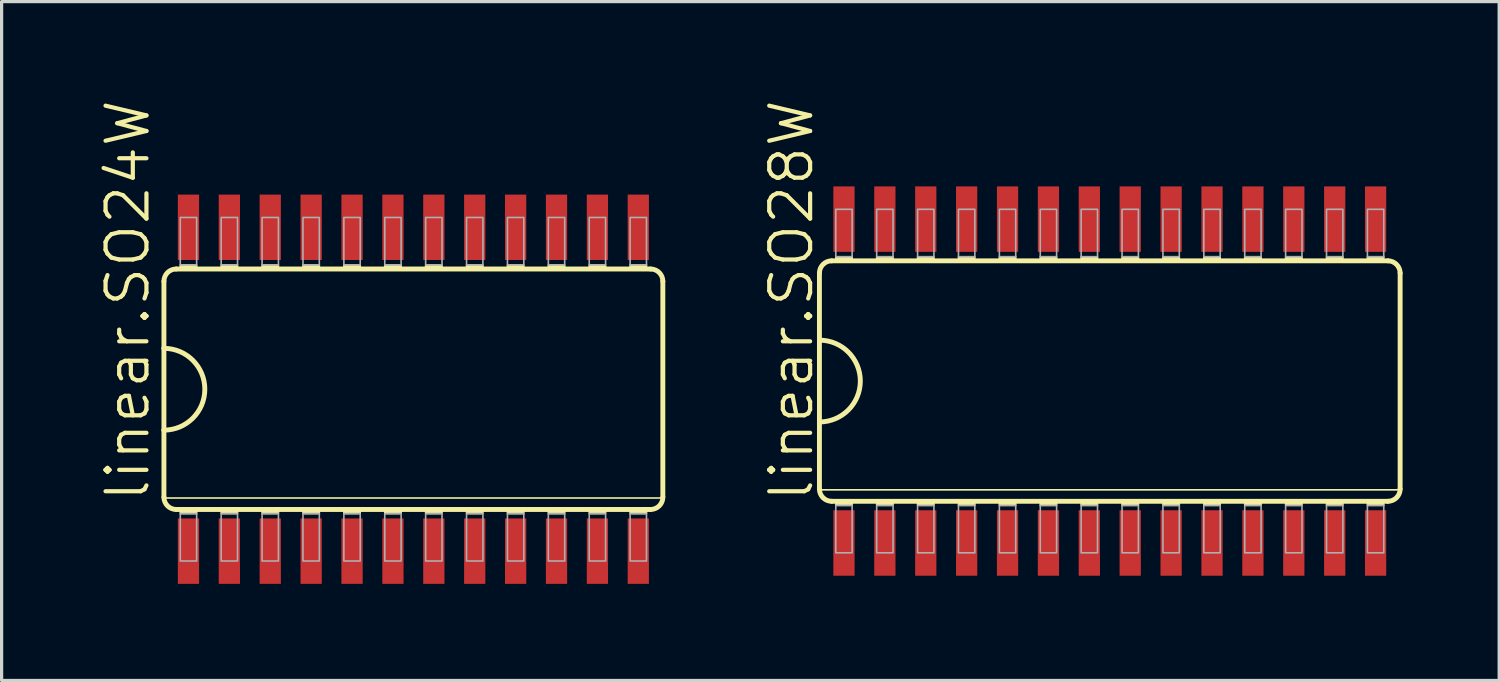
<source format=kicad_pcb>
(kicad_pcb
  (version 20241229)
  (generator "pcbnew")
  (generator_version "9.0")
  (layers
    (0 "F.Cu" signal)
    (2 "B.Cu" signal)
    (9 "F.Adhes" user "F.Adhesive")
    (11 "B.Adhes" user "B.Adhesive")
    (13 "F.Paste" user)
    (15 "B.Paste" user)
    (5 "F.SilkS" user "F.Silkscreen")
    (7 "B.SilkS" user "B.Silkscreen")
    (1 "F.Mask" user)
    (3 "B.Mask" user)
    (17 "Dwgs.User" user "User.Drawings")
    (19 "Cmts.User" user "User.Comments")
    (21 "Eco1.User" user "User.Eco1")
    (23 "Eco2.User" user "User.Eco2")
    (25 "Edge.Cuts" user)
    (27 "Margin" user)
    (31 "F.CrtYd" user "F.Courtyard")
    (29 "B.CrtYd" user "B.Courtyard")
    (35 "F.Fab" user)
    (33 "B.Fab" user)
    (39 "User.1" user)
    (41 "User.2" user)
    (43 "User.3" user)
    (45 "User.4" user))
  (footprint "linear.SO28W"
    (layer "F.Cu")
    (at 31.415 8.784)
    (property "Reference" "linear.SO28W" (at -9.144 3.81 90) (layer "F.SilkS") (effects (font (size 1.27 1.27) (thickness 0.13)) (justify left bottom)))
    (attr smd)
    (fp_line (start -9.017 -3.353) (end -9.017 -1.27) (stroke (width 0.152) (type default)) (layer "F.SilkS"))
    (fp_line (start -9.017 -1.27) (end -9.017 1.27) (stroke (width 0.152) (type default)) (layer "F.SilkS"))
    (fp_line (start -9.017 1.27) (end -9.017 3.353) (stroke (width 0.152) (type default)) (layer "F.SilkS"))
    (fp_line (start -9.017 3.378) (end 9.017 3.378) (stroke (width 0.051) (type default)) (layer "F.SilkS"))
    (fp_line (start -8.636 3.734) (end 8.636 3.734) (stroke (width 0.152) (type default)) (layer "F.SilkS"))
    (fp_line (start 8.636 -3.734) (end -8.636 -3.734) (stroke (width 0.152) (type default)) (layer "F.SilkS"))
    (fp_line (start 9.017 3.353) (end 9.017 -3.353) (stroke (width 0.152) (type default)) (layer "F.SilkS"))
    (fp_rect (start -8.509 -3.734) (end -8.001 -3.861) (stroke (width 0.05) (type default)) (fill yes) (layer "F.SilkS"))
    (fp_rect (start -8.509 3.861) (end -8.001 3.734) (stroke (width 0.05) (type default)) (fill yes) (layer "F.SilkS"))
    (fp_rect (start -7.239 -3.734) (end -6.731 -3.861) (stroke (width 0.05) (type default)) (fill yes) (layer "F.SilkS"))
    (fp_rect (start -7.239 3.861) (end -6.731 3.734) (stroke (width 0.05) (type default)) (fill yes) (layer "F.SilkS"))
    (fp_rect (start -5.969 -3.734) (end -5.461 -3.861) (stroke (width 0.05) (type default)) (fill yes) (layer "F.SilkS"))
    (fp_rect (start -5.969 3.861) (end -5.461 3.734) (stroke (width 0.05) (type default)) (fill yes) (layer "F.SilkS"))
    (fp_rect (start -4.699 -3.734) (end -4.191 -3.861) (stroke (width 0.05) (type default)) (fill yes) (layer "F.SilkS"))
    (fp_rect (start -4.699 3.861) (end -4.191 3.734) (stroke (width 0.05) (type default)) (fill yes) (layer "F.SilkS"))
    (fp_rect (start -3.429 -3.734) (end -2.921 -3.861) (stroke (width 0.05) (type default)) (fill yes) (layer "F.SilkS"))
    (fp_rect (start -3.429 3.861) (end -2.921 3.734) (stroke (width 0.05) (type default)) (fill yes) (layer "F.SilkS"))
    (fp_rect (start -2.159 -3.734) (end -1.651 -3.861) (stroke (width 0.05) (type default)) (fill yes) (layer "F.SilkS"))
    (fp_rect (start -2.159 3.861) (end -1.651 3.734) (stroke (width 0.05) (type default)) (fill yes) (layer "F.SilkS"))
    (fp_rect (start -0.889 -3.734) (end -0.381 -3.861) (stroke (width 0.05) (type default)) (fill yes) (layer "F.SilkS"))
    (fp_rect (start -0.889 3.861) (end -0.381 3.734) (stroke (width 0.05) (type default)) (fill yes) (layer "F.SilkS"))
    (fp_rect (start 0.381 -3.734) (end 0.889 -3.861) (stroke (width 0.05) (type default)) (fill yes) (layer "F.SilkS"))
    (fp_rect (start 0.381 3.861) (end 0.889 3.734) (stroke (width 0.05) (type default)) (fill yes) (layer "F.SilkS"))
    (fp_rect (start 1.651 -3.734) (end 2.159 -3.861) (stroke (width 0.05) (type default)) (fill yes) (layer "F.SilkS"))
    (fp_rect (start 1.651 3.861) (end 2.159 3.734) (stroke (width 0.05) (type default)) (fill yes) (layer "F.SilkS"))
    (fp_rect (start 2.921 -3.734) (end 3.429 -3.861) (stroke (width 0.05) (type default)) (fill yes) (layer "F.SilkS"))
    (fp_rect (start 2.921 3.861) (end 3.429 3.734) (stroke (width 0.05) (type default)) (fill yes) (layer "F.SilkS"))
    (fp_rect (start 4.191 -3.734) (end 4.699 -3.861) (stroke (width 0.05) (type default)) (fill yes) (layer "F.SilkS"))
    (fp_rect (start 4.191 3.861) (end 4.699 3.734) (stroke (width 0.05) (type default)) (fill yes) (layer "F.SilkS"))
    (fp_rect (start 5.461 -3.734) (end 5.969 -3.861) (stroke (width 0.05) (type default)) (fill yes) (layer "F.SilkS"))
    (fp_rect (start 5.461 3.861) (end 5.969 3.734) (stroke (width 0.05) (type default)) (fill yes) (layer "F.SilkS"))
    (fp_rect (start 6.731 -3.734) (end 7.239 -3.861) (stroke (width 0.05) (type default)) (fill yes) (layer "F.SilkS"))
    (fp_rect (start 6.731 3.861) (end 7.239 3.734) (stroke (width 0.05) (type default)) (fill yes) (layer "F.SilkS"))
    (fp_rect (start 8.001 -3.734) (end 8.509 -3.861) (stroke (width 0.05) (type default)) (fill yes) (layer "F.SilkS"))
    (fp_rect (start 8.001 3.861) (end 8.509 3.734) (stroke (width 0.05) (type default)) (fill yes) (layer "F.SilkS"))
    (fp_arc (start -9.017 -3.3528) (mid -8.905408 -3.622208) (end -8.636 -3.7338) (stroke (width 0.1524) (type default)) (layer "F.SilkS"))
    (fp_arc (start -9.017 -1.27) (mid -7.747 0) (end -9.017 1.27) (stroke (width 0.1524) (type default)) (layer "F.SilkS"))
    (fp_arc (start -8.636 3.7338) (mid -8.905408 3.622208) (end -9.017 3.3528) (stroke (width 0.1524) (type default)) (layer "F.SilkS"))
    (fp_arc (start 8.636 -3.7338) (mid 8.905408 -3.622208) (end 9.017 -3.3528) (stroke (width 0.1524) (type default)) (layer "F.SilkS"))
    (fp_arc (start 9.017 3.3528) (mid 8.905408 3.622208) (end 8.636 3.7338) (stroke (width 0.1524) (type default)) (layer "F.SilkS"))
    (fp_rect (start -8.509 -3.861) (end -8.001 -5.334) (stroke (width 0.05) (type default)) (fill no) (layer "F.Fab"))
    (fp_rect (start -8.509 5.334) (end -8.001 3.861) (stroke (width 0.05) (type default)) (fill no) (layer "F.Fab"))
    (fp_rect (start -7.239 -3.861) (end -6.731 -5.334) (stroke (width 0.05) (type default)) (fill no) (layer "F.Fab"))
    (fp_rect (start -7.239 5.334) (end -6.731 3.861) (stroke (width 0.05) (type default)) (fill no) (layer "F.Fab"))
    (fp_rect (start -5.969 -3.861) (end -5.461 -5.334) (stroke (width 0.05) (type default)) (fill no) (layer "F.Fab"))
    (fp_rect (start -5.969 5.334) (end -5.461 3.861) (stroke (width 0.05) (type default)) (fill no) (layer "F.Fab"))
    (fp_rect (start -4.699 -3.861) (end -4.191 -5.334) (stroke (width 0.05) (type default)) (fill no) (layer "F.Fab"))
    (fp_rect (start -4.699 5.334) (end -4.191 3.861) (stroke (width 0.05) (type default)) (fill no) (layer "F.Fab"))
    (fp_rect (start -3.429 -3.861) (end -2.921 -5.334) (stroke (width 0.05) (type default)) (fill no) (layer "F.Fab"))
    (fp_rect (start -3.429 5.334) (end -2.921 3.861) (stroke (width 0.05) (type default)) (fill no) (layer "F.Fab"))
    (fp_rect (start -2.159 -3.861) (end -1.651 -5.334) (stroke (width 0.05) (type default)) (fill no) (layer "F.Fab"))
    (fp_rect (start -2.159 5.334) (end -1.651 3.861) (stroke (width 0.05) (type default)) (fill no) (layer "F.Fab"))
    (fp_rect (start -0.889 -3.861) (end -0.381 -5.334) (stroke (width 0.05) (type default)) (fill no) (layer "F.Fab"))
    (fp_rect (start -0.889 5.334) (end -0.381 3.861) (stroke (width 0.05) (type default)) (fill no) (layer "F.Fab"))
    (fp_rect (start 0.381 -3.861) (end 0.889 -5.334) (stroke (width 0.05) (type default)) (fill no) (layer "F.Fab"))
    (fp_rect (start 0.381 5.334) (end 0.889 3.861) (stroke (width 0.05) (type default)) (fill no) (layer "F.Fab"))
    (fp_rect (start 1.651 -3.861) (end 2.159 -5.334) (stroke (width 0.05) (type default)) (fill no) (layer "F.Fab"))
    (fp_rect (start 1.651 5.334) (end 2.159 3.861) (stroke (width 0.05) (type default)) (fill no) (layer "F.Fab"))
    (fp_rect (start 2.921 -3.861) (end 3.429 -5.334) (stroke (width 0.05) (type default)) (fill no) (layer "F.Fab"))
    (fp_rect (start 2.921 5.334) (end 3.429 3.861) (stroke (width 0.05) (type default)) (fill no) (layer "F.Fab"))
    (fp_rect (start 4.191 -3.861) (end 4.699 -5.334) (stroke (width 0.05) (type default)) (fill no) (layer "F.Fab"))
    (fp_rect (start 4.191 5.334) (end 4.699 3.861) (stroke (width 0.05) (type default)) (fill no) (layer "F.Fab"))
    (fp_rect (start 5.461 -3.861) (end 5.969 -5.334) (stroke (width 0.05) (type default)) (fill no) (layer "F.Fab"))
    (fp_rect (start 5.461 5.334) (end 5.969 3.861) (stroke (width 0.05) (type default)) (fill no) (layer "F.Fab"))
    (fp_rect (start 6.731 -3.861) (end 7.239 -5.334) (stroke (width 0.05) (type default)) (fill no) (layer "F.Fab"))
    (fp_rect (start 6.731 5.334) (end 7.239 3.861) (stroke (width 0.05) (type default)) (fill no) (layer "F.Fab"))
    (fp_rect (start 8.001 -3.861) (end 8.509 -5.334) (stroke (width 0.05) (type default)) (fill no) (layer "F.Fab"))
    (fp_rect (start 8.001 5.334) (end 8.509 3.861) (stroke (width 0.05) (type default)) (fill no) (layer "F.Fab"))
    (pad "1" smd roundrect (at -8.255 5.029) (size 0.66 2.032) (layers "F.Cu" "F.Mask" "F.Paste") (roundrect_rratio 0.01))
    (pad "2" smd roundrect (at -6.985 5.029) (size 0.66 2.032) (layers "F.Cu" "F.Mask" "F.Paste") (roundrect_rratio 0.01))
    (pad "3" smd roundrect (at -5.715 5.029) (size 0.66 2.032) (layers "F.Cu" "F.Mask" "F.Paste") (roundrect_rratio 0.01))
    (pad "4" smd roundrect (at -4.445 5.029) (size 0.66 2.032) (layers "F.Cu" "F.Mask" "F.Paste") (roundrect_rratio 0.01))
    (pad "5" smd roundrect (at -3.175 5.029) (size 0.66 2.032) (layers "F.Cu" "F.Mask" "F.Paste") (roundrect_rratio 0.01))
    (pad "6" smd roundrect (at -1.905 5.029) (size 0.66 2.032) (layers "F.Cu" "F.Mask" "F.Paste") (roundrect_rratio 0.01))
    (pad "7" smd roundrect (at -0.635 5.029) (size 0.66 2.032) (layers "F.Cu" "F.Mask" "F.Paste") (roundrect_rratio 0.01))
    (pad "8" smd roundrect (at 0.635 5.029) (size 0.66 2.032) (layers "F.Cu" "F.Mask" "F.Paste") (roundrect_rratio 0.01))
    (pad "9" smd roundrect (at 1.905 5.029) (size 0.66 2.032) (layers "F.Cu" "F.Mask" "F.Paste") (roundrect_rratio 0.01))
    (pad "10" smd roundrect (at 3.175 5.029) (size 0.66 2.032) (layers "F.Cu" "F.Mask" "F.Paste") (roundrect_rratio 0.01))
    (pad "11" smd roundrect (at 4.445 5.029) (size 0.66 2.032) (layers "F.Cu" "F.Mask" "F.Paste") (roundrect_rratio 0.01))
    (pad "12" smd roundrect (at 5.715 5.029) (size 0.66 2.032) (layers "F.Cu" "F.Mask" "F.Paste") (roundrect_rratio 0.01))
    (pad "13" smd roundrect (at 6.985 5.029) (size 0.66 2.032) (layers "F.Cu" "F.Mask" "F.Paste") (roundrect_rratio 0.01))
    (pad "14" smd roundrect (at 8.255 5.029) (size 0.66 2.032) (layers "F.Cu" "F.Mask" "F.Paste") (roundrect_rratio 0.01))
    (pad "15" smd roundrect (at 8.255 -5.029) (size 0.66 2.032) (layers "F.Cu" "F.Mask" "F.Paste") (roundrect_rratio 0.01))
    (pad "16" smd roundrect (at 6.985 -5.029) (size 0.66 2.032) (layers "F.Cu" "F.Mask" "F.Paste") (roundrect_rratio 0.01))
    (pad "17" smd roundrect (at 5.715 -5.029) (size 0.66 2.032) (layers "F.Cu" "F.Mask" "F.Paste") (roundrect_rratio 0.01))
    (pad "18" smd roundrect (at 4.445 -5.029) (size 0.66 2.032) (layers "F.Cu" "F.Mask" "F.Paste") (roundrect_rratio 0.01))
    (pad "19" smd roundrect (at 3.175 -5.029) (size 0.66 2.032) (layers "F.Cu" "F.Mask" "F.Paste") (roundrect_rratio 0.01))
    (pad "20" smd roundrect (at 1.905 -5.029) (size 0.66 2.032) (layers "F.Cu" "F.Mask" "F.Paste") (roundrect_rratio 0.01))
    (pad "21" smd roundrect (at 0.635 -5.029) (size 0.66 2.032) (layers "F.Cu" "F.Mask" "F.Paste") (roundrect_rratio 0.01))
    (pad "22" smd roundrect (at -0.635 -5.029) (size 0.66 2.032) (layers "F.Cu" "F.Mask" "F.Paste") (roundrect_rratio 0.01))
    (pad "23" smd roundrect (at -1.905 -5.029) (size 0.66 2.032) (layers "F.Cu" "F.Mask" "F.Paste") (roundrect_rratio 0.01))
    (pad "24" smd roundrect (at -3.175 -5.029) (size 0.66 2.032) (layers "F.Cu" "F.Mask" "F.Paste") (roundrect_rratio 0.01))
    (pad "25" smd roundrect (at -4.445 -5.029) (size 0.66 2.032) (layers "F.Cu" "F.Mask" "F.Paste") (roundrect_rratio 0.01))
    (pad "26" smd roundrect (at -5.715 -5.029) (size 0.66 2.032) (layers "F.Cu" "F.Mask" "F.Paste") (roundrect_rratio 0.01))
    (pad "27" smd roundrect (at -6.985 -5.029) (size 0.66 2.032) (layers "F.Cu" "F.Mask" "F.Paste") (roundrect_rratio 0.01))
    (pad "28" smd roundrect (at -8.255 -5.029) (size 0.66 2.032) (layers "F.Cu" "F.Mask" "F.Paste") (roundrect_rratio 0.01)))
  (footprint "linear.SO24W"
    (layer "F.Cu")
    (at 9.788 9.038)
    (property "Reference" "linear.SO24W" (at -8.128 3.556 90) (layer "F.SilkS") (effects (font (size 1.27 1.27) (thickness 0.13)) (justify left bottom)))
    (attr smd)
    (fp_line (start -7.747 -3.353) (end -7.747 -1.27) (stroke (width 0.152) (type default)) (layer "F.SilkS"))
    (fp_line (start -7.747 -1.27) (end -7.747 1.27) (stroke (width 0.152) (type default)) (layer "F.SilkS"))
    (fp_line (start -7.747 1.27) (end -7.747 3.353) (stroke (width 0.152) (type default)) (layer "F.SilkS"))
    (fp_line (start -7.747 3.378) (end 7.747 3.378) (stroke (width 0.051) (type default)) (layer "F.SilkS"))
    (fp_line (start -7.366 3.734) (end 7.366 3.734) (stroke (width 0.152) (type default)) (layer "F.SilkS"))
    (fp_line (start 7.366 -3.734) (end -7.366 -3.734) (stroke (width 0.152) (type default)) (layer "F.SilkS"))
    (fp_line (start 7.747 3.353) (end 7.747 -3.353) (stroke (width 0.152) (type default)) (layer "F.SilkS"))
    (fp_rect (start -7.239 -3.734) (end -6.731 -3.861) (stroke (width 0.05) (type default)) (fill yes) (layer "F.SilkS"))
    (fp_rect (start -7.239 3.861) (end -6.731 3.734) (stroke (width 0.05) (type default)) (fill yes) (layer "F.SilkS"))
    (fp_rect (start -5.969 -3.734) (end -5.461 -3.861) (stroke (width 0.05) (type default)) (fill yes) (layer "F.SilkS"))
    (fp_rect (start -5.969 3.861) (end -5.461 3.734) (stroke (width 0.05) (type default)) (fill yes) (layer "F.SilkS"))
    (fp_rect (start -4.699 -3.734) (end -4.191 -3.861) (stroke (width 0.05) (type default)) (fill yes) (layer "F.SilkS"))
    (fp_rect (start -4.699 3.861) (end -4.191 3.734) (stroke (width 0.05) (type default)) (fill yes) (layer "F.SilkS"))
    (fp_rect (start -3.429 -3.734) (end -2.921 -3.861) (stroke (width 0.05) (type default)) (fill yes) (layer "F.SilkS"))
    (fp_rect (start -3.429 3.861) (end -2.921 3.734) (stroke (width 0.05) (type default)) (fill yes) (layer "F.SilkS"))
    (fp_rect (start -2.159 -3.734) (end -1.651 -3.861) (stroke (width 0.05) (type default)) (fill yes) (layer "F.SilkS"))
    (fp_rect (start -2.159 3.861) (end -1.651 3.734) (stroke (width 0.05) (type default)) (fill yes) (layer "F.SilkS"))
    (fp_rect (start -0.889 -3.734) (end -0.381 -3.861) (stroke (width 0.05) (type default)) (fill yes) (layer "F.SilkS"))
    (fp_rect (start -0.889 3.861) (end -0.381 3.734) (stroke (width 0.05) (type default)) (fill yes) (layer "F.SilkS"))
    (fp_rect (start 0.381 -3.734) (end 0.889 -3.861) (stroke (width 0.05) (type default)) (fill yes) (layer "F.SilkS"))
    (fp_rect (start 0.381 3.861) (end 0.889 3.734) (stroke (width 0.05) (type default)) (fill yes) (layer "F.SilkS"))
    (fp_rect (start 1.651 -3.734) (end 2.159 -3.861) (stroke (width 0.05) (type default)) (fill yes) (layer "F.SilkS"))
    (fp_rect (start 1.651 3.861) (end 2.159 3.734) (stroke (width 0.05) (type default)) (fill yes) (layer "F.SilkS"))
    (fp_rect (start 2.921 -3.734) (end 3.429 -3.861) (stroke (width 0.05) (type default)) (fill yes) (layer "F.SilkS"))
    (fp_rect (start 2.921 3.861) (end 3.429 3.734) (stroke (width 0.05) (type default)) (fill yes) (layer "F.SilkS"))
    (fp_rect (start 4.191 -3.734) (end 4.699 -3.861) (stroke (width 0.05) (type default)) (fill yes) (layer "F.SilkS"))
    (fp_rect (start 4.191 3.861) (end 4.699 3.734) (stroke (width 0.05) (type default)) (fill yes) (layer "F.SilkS"))
    (fp_rect (start 5.461 -3.734) (end 5.969 -3.861) (stroke (width 0.05) (type default)) (fill yes) (layer "F.SilkS"))
    (fp_rect (start 5.461 3.861) (end 5.969 3.734) (stroke (width 0.05) (type default)) (fill yes) (layer "F.SilkS"))
    (fp_rect (start 6.731 -3.734) (end 7.239 -3.861) (stroke (width 0.05) (type default)) (fill yes) (layer "F.SilkS"))
    (fp_rect (start 6.731 3.861) (end 7.239 3.734) (stroke (width 0.05) (type default)) (fill yes) (layer "F.SilkS"))
    (fp_arc (start -7.747 -3.3528) (mid -7.635408 -3.622208) (end -7.366 -3.7338) (stroke (width 0.1524) (type default)) (layer "F.SilkS"))
    (fp_arc (start -7.747 -1.27) (mid -6.477 0) (end -7.747 1.27) (stroke (width 0.1524) (type default)) (layer "F.SilkS"))
    (fp_arc (start -7.366 3.7338) (mid -7.635408 3.622208) (end -7.747 3.3528) (stroke (width 0.1524) (type default)) (layer "F.SilkS"))
    (fp_arc (start 7.366 -3.7338) (mid 7.635408 -3.622208) (end 7.747 -3.3528) (stroke (width 0.1524) (type default)) (layer "F.SilkS"))
    (fp_arc (start 7.747 3.3528) (mid 7.635408 3.622208) (end 7.366 3.7338) (stroke (width 0.1524) (type default)) (layer "F.SilkS"))
    (fp_rect (start -7.239 -3.861) (end -6.731 -5.334) (stroke (width 0.05) (type default)) (fill no) (layer "F.Fab"))
    (fp_rect (start -7.239 5.334) (end -6.731 3.861) (stroke (width 0.05) (type default)) (fill no) (layer "F.Fab"))
    (fp_rect (start -5.969 -3.861) (end -5.461 -5.334) (stroke (width 0.05) (type default)) (fill no) (layer "F.Fab"))
    (fp_rect (start -5.969 5.334) (end -5.461 3.861) (stroke (width 0.05) (type default)) (fill no) (layer "F.Fab"))
    (fp_rect (start -4.699 -3.861) (end -4.191 -5.334) (stroke (width 0.05) (type default)) (fill no) (layer "F.Fab"))
    (fp_rect (start -4.699 5.334) (end -4.191 3.861) (stroke (width 0.05) (type default)) (fill no) (layer "F.Fab"))
    (fp_rect (start -3.429 -3.861) (end -2.921 -5.334) (stroke (width 0.05) (type default)) (fill no) (layer "F.Fab"))
    (fp_rect (start -3.429 5.334) (end -2.921 3.861) (stroke (width 0.05) (type default)) (fill no) (layer "F.Fab"))
    (fp_rect (start -2.159 -3.861) (end -1.651 -5.334) (stroke (width 0.05) (type default)) (fill no) (layer "F.Fab"))
    (fp_rect (start -2.159 5.334) (end -1.651 3.861) (stroke (width 0.05) (type default)) (fill no) (layer "F.Fab"))
    (fp_rect (start -0.889 -3.861) (end -0.381 -5.334) (stroke (width 0.05) (type default)) (fill no) (layer "F.Fab"))
    (fp_rect (start -0.889 5.334) (end -0.381 3.861) (stroke (width 0.05) (type default)) (fill no) (layer "F.Fab"))
    (fp_rect (start 0.381 -3.861) (end 0.889 -5.334) (stroke (width 0.05) (type default)) (fill no) (layer "F.Fab"))
    (fp_rect (start 0.381 5.334) (end 0.889 3.861) (stroke (width 0.05) (type default)) (fill no) (layer "F.Fab"))
    (fp_rect (start 1.651 -3.861) (end 2.159 -5.334) (stroke (width 0.05) (type default)) (fill no) (layer "F.Fab"))
    (fp_rect (start 1.651 5.334) (end 2.159 3.861) (stroke (width 0.05) (type default)) (fill no) (layer "F.Fab"))
    (fp_rect (start 2.921 -3.861) (end 3.429 -5.334) (stroke (width 0.05) (type default)) (fill no) (layer "F.Fab"))
    (fp_rect (start 2.921 5.334) (end 3.429 3.861) (stroke (width 0.05) (type default)) (fill no) (layer "F.Fab"))
    (fp_rect (start 4.191 -3.861) (end 4.699 -5.334) (stroke (width 0.05) (type default)) (fill no) (layer "F.Fab"))
    (fp_rect (start 4.191 5.334) (end 4.699 3.861) (stroke (width 0.05) (type default)) (fill no) (layer "F.Fab"))
    (fp_rect (start 5.461 -3.861) (end 5.969 -5.334) (stroke (width 0.05) (type default)) (fill no) (layer "F.Fab"))
    (fp_rect (start 5.461 5.334) (end 5.969 3.861) (stroke (width 0.05) (type default)) (fill no) (layer "F.Fab"))
    (fp_rect (start 6.731 -3.861) (end 7.239 -5.334) (stroke (width 0.05) (type default)) (fill no) (layer "F.Fab"))
    (fp_rect (start 6.731 5.334) (end 7.239 3.861) (stroke (width 0.05) (type default)) (fill no) (layer "F.Fab"))
    (pad "1" smd roundrect (at -6.985 5.029) (size 0.66 2.032) (layers "F.Cu" "F.Mask" "F.Paste") (roundrect_rratio 0.01))
    (pad "2" smd roundrect (at -5.715 5.029) (size 0.66 2.032) (layers "F.Cu" "F.Mask" "F.Paste") (roundrect_rratio 0.01))
    (pad "3" smd roundrect (at -4.445 5.029) (size 0.66 2.032) (layers "F.Cu" "F.Mask" "F.Paste") (roundrect_rratio 0.01))
    (pad "4" smd roundrect (at -3.175 5.029) (size 0.66 2.032) (layers "F.Cu" "F.Mask" "F.Paste") (roundrect_rratio 0.01))
    (pad "5" smd roundrect (at -1.905 5.029) (size 0.66 2.032) (layers "F.Cu" "F.Mask" "F.Paste") (roundrect_rratio 0.01))
    (pad "6" smd roundrect (at -0.635 5.029) (size 0.66 2.032) (layers "F.Cu" "F.Mask" "F.Paste") (roundrect_rratio 0.01))
    (pad "7" smd roundrect (at 0.635 5.029) (size 0.66 2.032) (layers "F.Cu" "F.Mask" "F.Paste") (roundrect_rratio 0.01))
    (pad "8" smd roundrect (at 1.905 5.029) (size 0.66 2.032) (layers "F.Cu" "F.Mask" "F.Paste") (roundrect_rratio 0.01))
    (pad "9" smd roundrect (at 3.175 5.029) (size 0.66 2.032) (layers "F.Cu" "F.Mask" "F.Paste") (roundrect_rratio 0.01))
    (pad "10" smd roundrect (at 4.445 5.029) (size 0.66 2.032) (layers "F.Cu" "F.Mask" "F.Paste") (roundrect_rratio 0.01))
    (pad "11" smd roundrect (at 5.715 5.029) (size 0.66 2.032) (layers "F.Cu" "F.Mask" "F.Paste") (roundrect_rratio 0.01))
    (pad "12" smd roundrect (at 6.985 5.029) (size 0.66 2.032) (layers "F.Cu" "F.Mask" "F.Paste") (roundrect_rratio 0.01))
    (pad "13" smd roundrect (at 6.985 -5.029) (size 0.66 2.032) (layers "F.Cu" "F.Mask" "F.Paste") (roundrect_rratio 0.01))
    (pad "14" smd roundrect (at 5.715 -5.029) (size 0.66 2.032) (layers "F.Cu" "F.Mask" "F.Paste") (roundrect_rratio 0.01))
    (pad "15" smd roundrect (at 4.445 -5.029) (size 0.66 2.032) (layers "F.Cu" "F.Mask" "F.Paste") (roundrect_rratio 0.01))
    (pad "16" smd roundrect (at 3.175 -5.029) (size 0.66 2.032) (layers "F.Cu" "F.Mask" "F.Paste") (roundrect_rratio 0.01))
    (pad "17" smd roundrect (at 1.905 -5.029) (size 0.66 2.032) (layers "F.Cu" "F.Mask" "F.Paste") (roundrect_rratio 0.01))
    (pad "18" smd roundrect (at 0.635 -5.029) (size 0.66 2.032) (layers "F.Cu" "F.Mask" "F.Paste") (roundrect_rratio 0.01))
    (pad "19" smd roundrect (at -0.635 -5.029) (size 0.66 2.032) (layers "F.Cu" "F.Mask" "F.Paste") (roundrect_rratio 0.01))
    (pad "20" smd roundrect (at -1.905 -5.029) (size 0.66 2.032) (layers "F.Cu" "F.Mask" "F.Paste") (roundrect_rratio 0.01))
    (pad "21" smd roundrect (at -3.175 -5.029) (size 0.66 2.032) (layers "F.Cu" "F.Mask" "F.Paste") (roundrect_rratio 0.01))
    (pad "22" smd roundrect (at -4.445 -5.029) (size 0.66 2.032) (layers "F.Cu" "F.Mask" "F.Paste") (roundrect_rratio 0.01))
    (pad "23" smd roundrect (at -5.715 -5.029) (size 0.66 2.032) (layers "F.Cu" "F.Mask" "F.Paste") (roundrect_rratio 0.01))
    (pad "24" smd roundrect (at -6.985 -5.029) (size 0.66 2.032) (layers "F.Cu" "F.Mask" "F.Paste") (roundrect_rratio 0.01)))
  (gr_rect
    (start -3 -3)
    (end 43.508 18.083)
    (stroke (width 0.1) (type default))
    (fill no)
    (layer "Edge.Cuts")))
</source>
